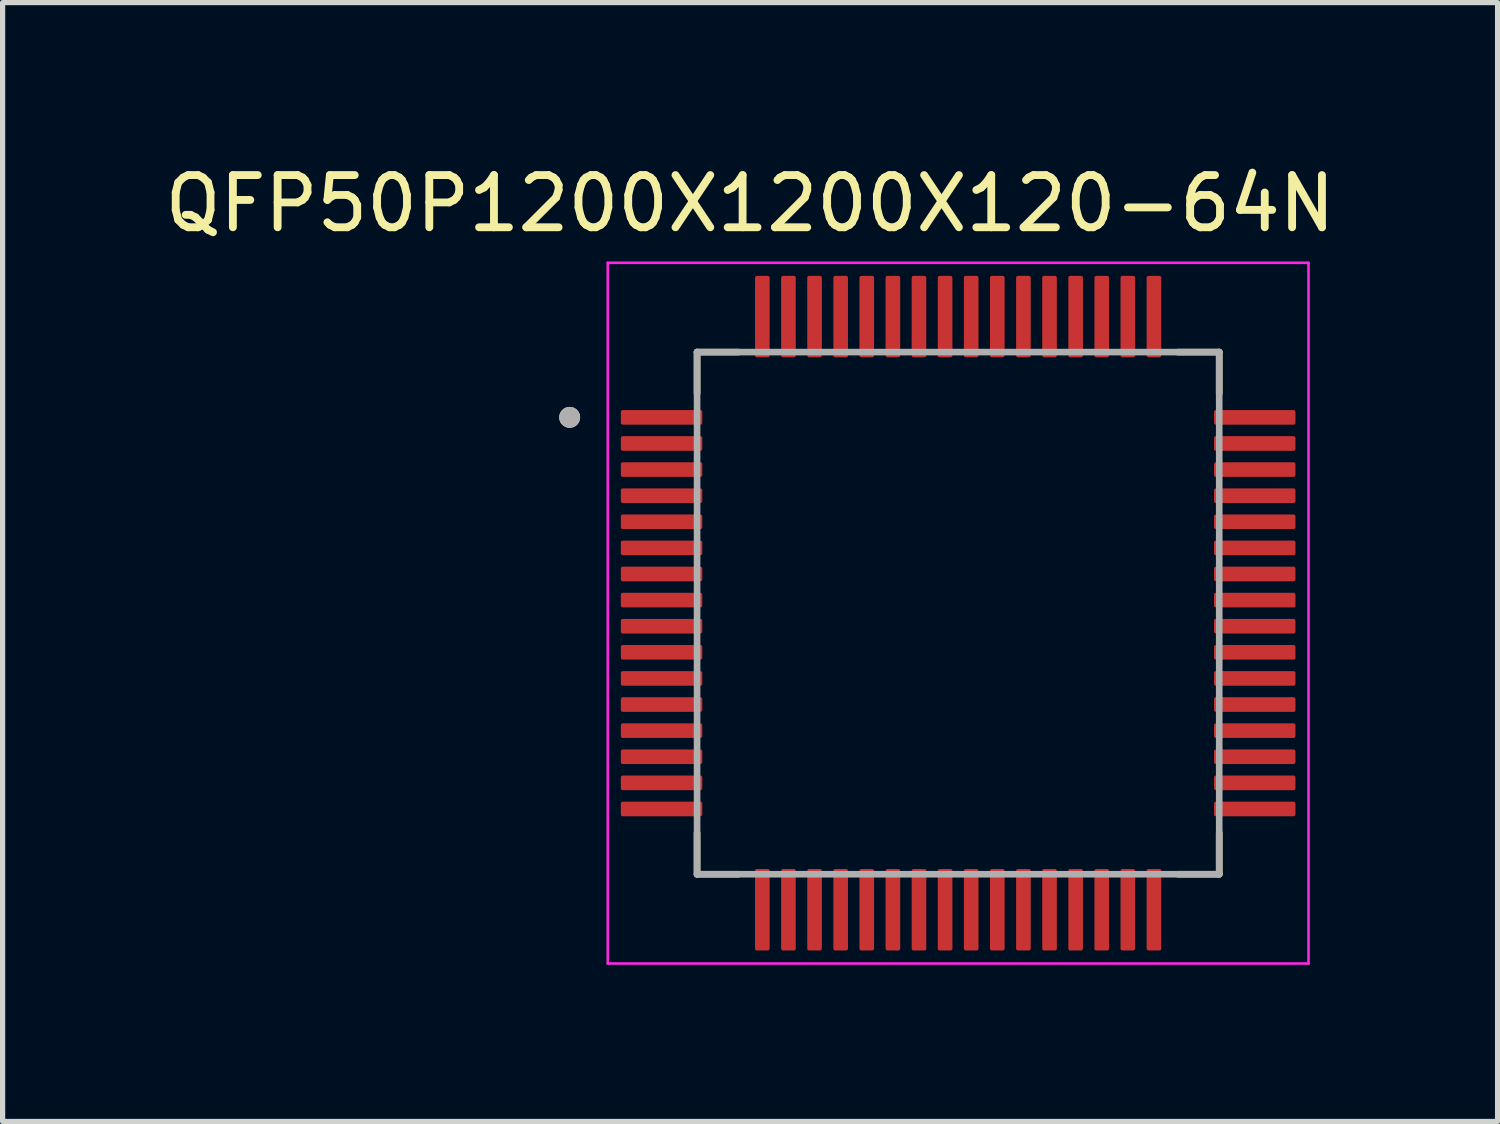
<source format=kicad_pcb>
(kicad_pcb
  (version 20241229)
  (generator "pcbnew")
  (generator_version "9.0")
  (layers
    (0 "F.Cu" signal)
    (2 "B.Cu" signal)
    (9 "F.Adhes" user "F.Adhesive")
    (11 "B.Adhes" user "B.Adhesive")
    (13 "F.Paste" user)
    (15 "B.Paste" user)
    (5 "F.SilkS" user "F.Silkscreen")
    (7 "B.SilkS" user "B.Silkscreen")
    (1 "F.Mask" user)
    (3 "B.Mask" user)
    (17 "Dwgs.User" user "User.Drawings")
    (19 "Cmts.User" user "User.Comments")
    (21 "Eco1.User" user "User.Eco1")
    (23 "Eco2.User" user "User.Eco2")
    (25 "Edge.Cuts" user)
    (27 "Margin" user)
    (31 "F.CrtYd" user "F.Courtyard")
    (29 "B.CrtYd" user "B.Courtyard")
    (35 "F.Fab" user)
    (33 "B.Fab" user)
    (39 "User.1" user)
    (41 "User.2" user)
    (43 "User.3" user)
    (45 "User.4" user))
  (footprint "QFP50P1200X1200X120-64N"
    (layer "F.Cu")
    (at 15.3 8.693)
    (property "Reference" "QFP50P1200X1200X120-64N" (at -3.985 -7.845 0) (layer "F.SilkS") (effects (font (size 1 1) (thickness 0.15))))
    (attr smd)
    (fp_line (start -5 -5) (end -5 -4.21) (stroke (width 0.127) (type solid)) (layer "F.SilkS"))
    (fp_line (start -5 -5) (end -4.21 -5) (stroke (width 0.127) (type solid)) (layer "F.SilkS"))
    (fp_line (start -5 5) (end -5 4.21) (stroke (width 0.127) (type solid)) (layer "F.SilkS"))
    (fp_line (start -5 5) (end -4.21 5) (stroke (width 0.127) (type solid)) (layer "F.SilkS"))
    (fp_line (start 5 -5) (end 4.21 -5) (stroke (width 0.127) (type solid)) (layer "F.SilkS"))
    (fp_line (start 5 -5) (end 5 -4.21) (stroke (width 0.127) (type solid)) (layer "F.SilkS"))
    (fp_line (start 5 5) (end 4.21 5) (stroke (width 0.127) (type solid)) (layer "F.SilkS"))
    (fp_line (start 5 5) (end 5 4.21) (stroke (width 0.127) (type solid)) (layer "F.SilkS"))
    (fp_circle (center -7.44 -3.75) (end -7.34 -3.75) (stroke (width 0.2) (type solid)) (fill no) (layer "F.SilkS"))
    (fp_line (start -6.71 -6.71) (end 6.71 -6.71) (stroke (width 0.05) (type solid)) (layer "F.CrtYd"))
    (fp_line (start -6.71 6.71) (end -6.71 -6.71) (stroke (width 0.05) (type solid)) (layer "F.CrtYd"))
    (fp_line (start -6.71 6.71) (end 6.71 6.71) (stroke (width 0.05) (type solid)) (layer "F.CrtYd"))
    (fp_line (start 6.71 6.71) (end 6.71 -6.71) (stroke (width 0.05) (type solid)) (layer "F.CrtYd"))
    (fp_line (start -5 5) (end -5 -5) (stroke (width 0.127) (type solid)) (layer "F.Fab"))
    (fp_line (start 5 -5) (end -5 -5) (stroke (width 0.127) (type solid)) (layer "F.Fab"))
    (fp_line (start 5 5) (end -5 5) (stroke (width 0.127) (type solid)) (layer "F.Fab"))
    (fp_line (start 5 5) (end 5 -5) (stroke (width 0.127) (type solid)) (layer "F.Fab"))
    (fp_circle (center -7.44 -3.75) (end -7.34 -3.75) (stroke (width 0.2) (type solid)) (fill no) (layer "F.Fab"))
    (pad "1" smd roundrect (at -5.68 -3.75) (size 1.56 0.28) (layers "F.Cu" "F.Mask" "F.Paste") (roundrect_rratio 0.125))
    (pad "2" smd roundrect (at -5.68 -3.25) (size 1.56 0.28) (layers "F.Cu" "F.Mask" "F.Paste") (roundrect_rratio 0.125))
    (pad "3" smd roundrect (at -5.68 -2.75) (size 1.56 0.28) (layers "F.Cu" "F.Mask" "F.Paste") (roundrect_rratio 0.125))
    (pad "4" smd roundrect (at -5.68 -2.25) (size 1.56 0.28) (layers "F.Cu" "F.Mask" "F.Paste") (roundrect_rratio 0.125))
    (pad "5" smd roundrect (at -5.68 -1.75) (size 1.56 0.28) (layers "F.Cu" "F.Mask" "F.Paste") (roundrect_rratio 0.125))
    (pad "6" smd roundrect (at -5.68 -1.25) (size 1.56 0.28) (layers "F.Cu" "F.Mask" "F.Paste") (roundrect_rratio 0.125))
    (pad "7" smd roundrect (at -5.68 -0.75) (size 1.56 0.28) (layers "F.Cu" "F.Mask" "F.Paste") (roundrect_rratio 0.125))
    (pad "8" smd roundrect (at -5.68 -0.25) (size 1.56 0.28) (layers "F.Cu" "F.Mask" "F.Paste") (roundrect_rratio 0.125))
    (pad "9" smd roundrect (at -5.68 0.25) (size 1.56 0.28) (layers "F.Cu" "F.Mask" "F.Paste") (roundrect_rratio 0.125))
    (pad "10" smd roundrect (at -5.68 0.75) (size 1.56 0.28) (layers "F.Cu" "F.Mask" "F.Paste") (roundrect_rratio 0.125))
    (pad "11" smd roundrect (at -5.68 1.25) (size 1.56 0.28) (layers "F.Cu" "F.Mask" "F.Paste") (roundrect_rratio 0.125))
    (pad "12" smd roundrect (at -5.68 1.75) (size 1.56 0.28) (layers "F.Cu" "F.Mask" "F.Paste") (roundrect_rratio 0.125))
    (pad "13" smd roundrect (at -5.68 2.25) (size 1.56 0.28) (layers "F.Cu" "F.Mask" "F.Paste") (roundrect_rratio 0.125))
    (pad "14" smd roundrect (at -5.68 2.75) (size 1.56 0.28) (layers "F.Cu" "F.Mask" "F.Paste") (roundrect_rratio 0.125))
    (pad "15" smd roundrect (at -5.68 3.25) (size 1.56 0.28) (layers "F.Cu" "F.Mask" "F.Paste") (roundrect_rratio 0.125))
    (pad "16" smd roundrect (at -5.68 3.75) (size 1.56 0.28) (layers "F.Cu" "F.Mask" "F.Paste") (roundrect_rratio 0.125))
    (pad "17" smd roundrect (at -3.75 5.68) (size 0.28 1.56) (layers "F.Cu" "F.Mask" "F.Paste") (roundrect_rratio 0.125))
    (pad "18" smd roundrect (at -3.25 5.68) (size 0.28 1.56) (layers "F.Cu" "F.Mask" "F.Paste") (roundrect_rratio 0.125))
    (pad "19" smd roundrect (at -2.75 5.68) (size 0.28 1.56) (layers "F.Cu" "F.Mask" "F.Paste") (roundrect_rratio 0.125))
    (pad "20" smd roundrect (at -2.25 5.68) (size 0.28 1.56) (layers "F.Cu" "F.Mask" "F.Paste") (roundrect_rratio 0.125))
    (pad "21" smd roundrect (at -1.75 5.68) (size 0.28 1.56) (layers "F.Cu" "F.Mask" "F.Paste") (roundrect_rratio 0.125))
    (pad "22" smd roundrect (at -1.25 5.68) (size 0.28 1.56) (layers "F.Cu" "F.Mask" "F.Paste") (roundrect_rratio 0.125))
    (pad "23" smd roundrect (at -0.75 5.68) (size 0.28 1.56) (layers "F.Cu" "F.Mask" "F.Paste") (roundrect_rratio 0.125))
    (pad "24" smd roundrect (at -0.25 5.68) (size 0.28 1.56) (layers "F.Cu" "F.Mask" "F.Paste") (roundrect_rratio 0.125))
    (pad "25" smd roundrect (at 0.25 5.68) (size 0.28 1.56) (layers "F.Cu" "F.Mask" "F.Paste") (roundrect_rratio 0.125))
    (pad "26" smd roundrect (at 0.75 5.68) (size 0.28 1.56) (layers "F.Cu" "F.Mask" "F.Paste") (roundrect_rratio 0.125))
    (pad "27" smd roundrect (at 1.25 5.68) (size 0.28 1.56) (layers "F.Cu" "F.Mask" "F.Paste") (roundrect_rratio 0.125))
    (pad "28" smd roundrect (at 1.75 5.68) (size 0.28 1.56) (layers "F.Cu" "F.Mask" "F.Paste") (roundrect_rratio 0.125))
    (pad "29" smd roundrect (at 2.25 5.68) (size 0.28 1.56) (layers "F.Cu" "F.Mask" "F.Paste") (roundrect_rratio 0.125))
    (pad "30" smd roundrect (at 2.75 5.68) (size 0.28 1.56) (layers "F.Cu" "F.Mask" "F.Paste") (roundrect_rratio 0.125))
    (pad "31" smd roundrect (at 3.25 5.68) (size 0.28 1.56) (layers "F.Cu" "F.Mask" "F.Paste") (roundrect_rratio 0.125))
    (pad "32" smd roundrect (at 3.75 5.68) (size 0.28 1.56) (layers "F.Cu" "F.Mask" "F.Paste") (roundrect_rratio 0.125))
    (pad "33" smd roundrect (at 5.68 3.75) (size 1.56 0.28) (layers "F.Cu" "F.Mask" "F.Paste") (roundrect_rratio 0.125))
    (pad "34" smd roundrect (at 5.68 3.25) (size 1.56 0.28) (layers "F.Cu" "F.Mask" "F.Paste") (roundrect_rratio 0.125))
    (pad "35" smd roundrect (at 5.68 2.75) (size 1.56 0.28) (layers "F.Cu" "F.Mask" "F.Paste") (roundrect_rratio 0.125))
    (pad "36" smd roundrect (at 5.68 2.25) (size 1.56 0.28) (layers "F.Cu" "F.Mask" "F.Paste") (roundrect_rratio 0.125))
    (pad "37" smd roundrect (at 5.68 1.75) (size 1.56 0.28) (layers "F.Cu" "F.Mask" "F.Paste") (roundrect_rratio 0.125))
    (pad "38" smd roundrect (at 5.68 1.25) (size 1.56 0.28) (layers "F.Cu" "F.Mask" "F.Paste") (roundrect_rratio 0.125))
    (pad "39" smd roundrect (at 5.68 0.75) (size 1.56 0.28) (layers "F.Cu" "F.Mask" "F.Paste") (roundrect_rratio 0.125))
    (pad "40" smd roundrect (at 5.68 0.25) (size 1.56 0.28) (layers "F.Cu" "F.Mask" "F.Paste") (roundrect_rratio 0.125))
    (pad "41" smd roundrect (at 5.68 -0.25) (size 1.56 0.28) (layers "F.Cu" "F.Mask" "F.Paste") (roundrect_rratio 0.125))
    (pad "42" smd roundrect (at 5.68 -0.75) (size 1.56 0.28) (layers "F.Cu" "F.Mask" "F.Paste") (roundrect_rratio 0.125))
    (pad "43" smd roundrect (at 5.68 -1.25) (size 1.56 0.28) (layers "F.Cu" "F.Mask" "F.Paste") (roundrect_rratio 0.125))
    (pad "44" smd roundrect (at 5.68 -1.75) (size 1.56 0.28) (layers "F.Cu" "F.Mask" "F.Paste") (roundrect_rratio 0.125))
    (pad "45" smd roundrect (at 5.68 -2.25) (size 1.56 0.28) (layers "F.Cu" "F.Mask" "F.Paste") (roundrect_rratio 0.125))
    (pad "46" smd roundrect (at 5.68 -2.75) (size 1.56 0.28) (layers "F.Cu" "F.Mask" "F.Paste") (roundrect_rratio 0.125))
    (pad "47" smd roundrect (at 5.68 -3.25) (size 1.56 0.28) (layers "F.Cu" "F.Mask" "F.Paste") (roundrect_rratio 0.125))
    (pad "48" smd roundrect (at 5.68 -3.75) (size 1.56 0.28) (layers "F.Cu" "F.Mask" "F.Paste") (roundrect_rratio 0.125))
    (pad "49" smd roundrect (at 3.75 -5.68) (size 0.28 1.56) (layers "F.Cu" "F.Mask" "F.Paste") (roundrect_rratio 0.125))
    (pad "50" smd roundrect (at 3.25 -5.68) (size 0.28 1.56) (layers "F.Cu" "F.Mask" "F.Paste") (roundrect_rratio 0.125))
    (pad "51" smd roundrect (at 2.75 -5.68) (size 0.28 1.56) (layers "F.Cu" "F.Mask" "F.Paste") (roundrect_rratio 0.125))
    (pad "52" smd roundrect (at 2.25 -5.68) (size 0.28 1.56) (layers "F.Cu" "F.Mask" "F.Paste") (roundrect_rratio 0.125))
    (pad "53" smd roundrect (at 1.75 -5.68) (size 0.28 1.56) (layers "F.Cu" "F.Mask" "F.Paste") (roundrect_rratio 0.125))
    (pad "54" smd roundrect (at 1.25 -5.68) (size 0.28 1.56) (layers "F.Cu" "F.Mask" "F.Paste") (roundrect_rratio 0.125))
    (pad "55" smd roundrect (at 0.75 -5.68) (size 0.28 1.56) (layers "F.Cu" "F.Mask" "F.Paste") (roundrect_rratio 0.125))
    (pad "56" smd roundrect (at 0.25 -5.68) (size 0.28 1.56) (layers "F.Cu" "F.Mask" "F.Paste") (roundrect_rratio 0.125))
    (pad "57" smd roundrect (at -0.25 -5.68) (size 0.28 1.56) (layers "F.Cu" "F.Mask" "F.Paste") (roundrect_rratio 0.125))
    (pad "58" smd roundrect (at -0.75 -5.68) (size 0.28 1.56) (layers "F.Cu" "F.Mask" "F.Paste") (roundrect_rratio 0.125))
    (pad "59" smd roundrect (at -1.25 -5.68) (size 0.28 1.56) (layers "F.Cu" "F.Mask" "F.Paste") (roundrect_rratio 0.125))
    (pad "60" smd roundrect (at -1.75 -5.68) (size 0.28 1.56) (layers "F.Cu" "F.Mask" "F.Paste") (roundrect_rratio 0.125))
    (pad "61" smd roundrect (at -2.25 -5.68) (size 0.28 1.56) (layers "F.Cu" "F.Mask" "F.Paste") (roundrect_rratio 0.125))
    (pad "62" smd roundrect (at -2.75 -5.68) (size 0.28 1.56) (layers "F.Cu" "F.Mask" "F.Paste") (roundrect_rratio 0.125))
    (pad "63" smd roundrect (at -3.25 -5.68) (size 0.28 1.56) (layers "F.Cu" "F.Mask" "F.Paste") (roundrect_rratio 0.125))
    (pad "64" smd roundrect (at -3.75 -5.68) (size 0.28 1.56) (layers "F.Cu" "F.Mask" "F.Paste") (roundrect_rratio 0.125)))
  (gr_rect
    (start -3 -3)
    (end 25.631 18.428)
    (stroke (width 0.1) (type default))
    (fill no)
    (layer "Edge.Cuts")))
</source>
